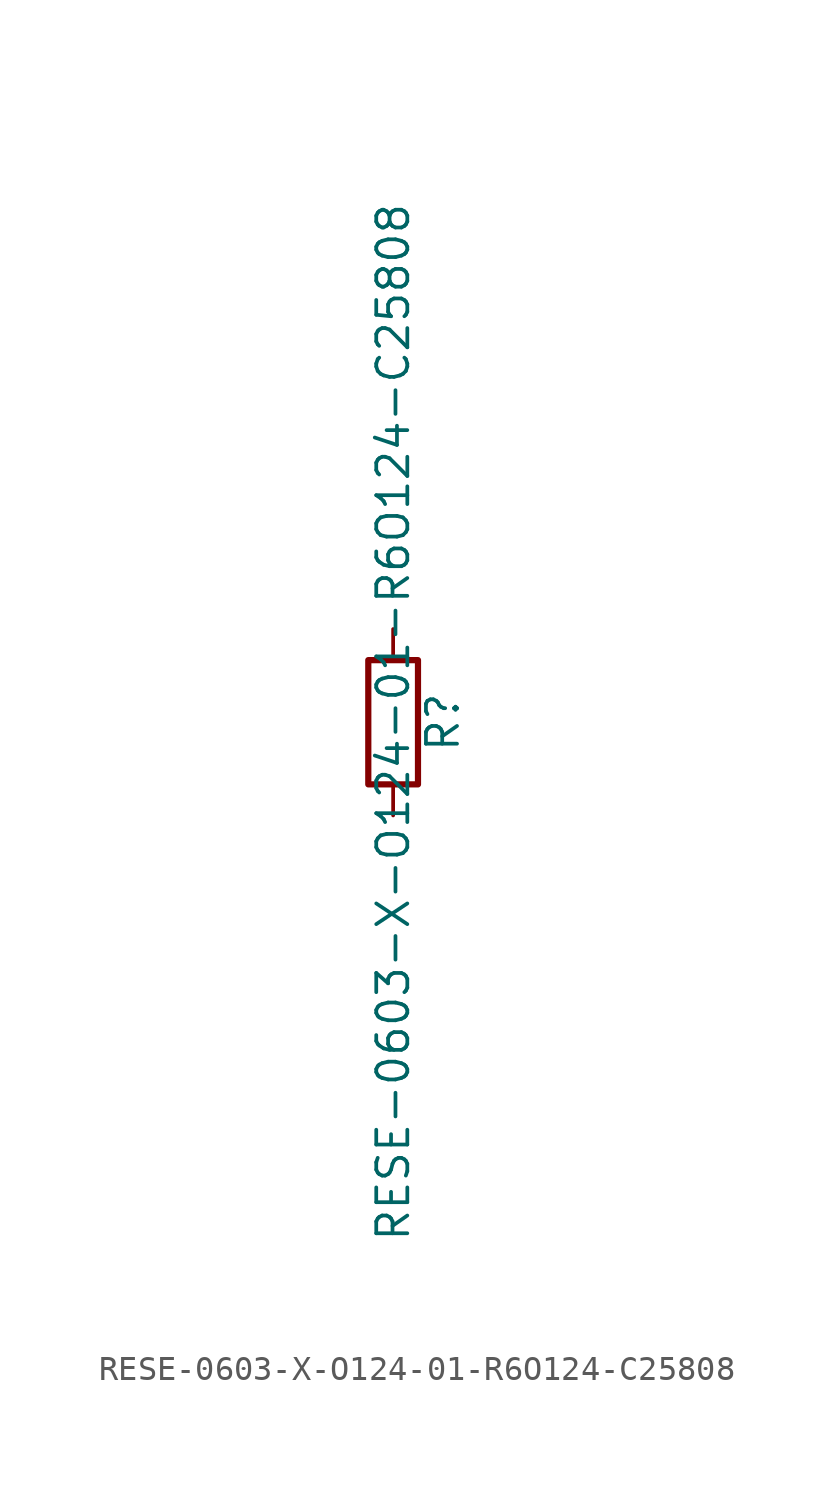
<source format=kicad_sym>
(kicad_symbol_lib
  (version 20211014)
  (generator kicad_symbol_editor)
  (symbol "RESE-0603-X-O124-01-R6O124-C25808"
    (pin_numbers hide)
    (pin_names
      (offset 0))
    (property "Reference" "R"
      (at 2.032 0 90)
      (effects (font (size 1.27 1.27))))
    (property "Value" "RESE-0603-X-O124-01-R6O124-C25808"
      (at 0 0 90)
      (effects (font (size 1.27 1.27))))
    (symbol "RESE-0603-X-O124-01-R6O124-C25808_0_1"
      (rectangle (start -1.016 -2.54) (end 1.016 2.54) (stroke (width 0.254) (type default) (color 0 0 0 0)) (fill (type none))))
    (symbol "RESE-0603-X-O124-01-R6O124-C25808_1_1"
      (pin passive line (at 0 3.81 270) (length 1.27) (name "~" (effects (font (size 1.27 1.27)))) (number "1" (effects (font (size 1.27 1.27)))))
      (pin passive line (at 0 -3.81 90) (length 1.27) (name "~" (effects (font (size 1.27 1.27)))) (number "2" (effects (font (size 1.27 1.27))))))))
</source>
